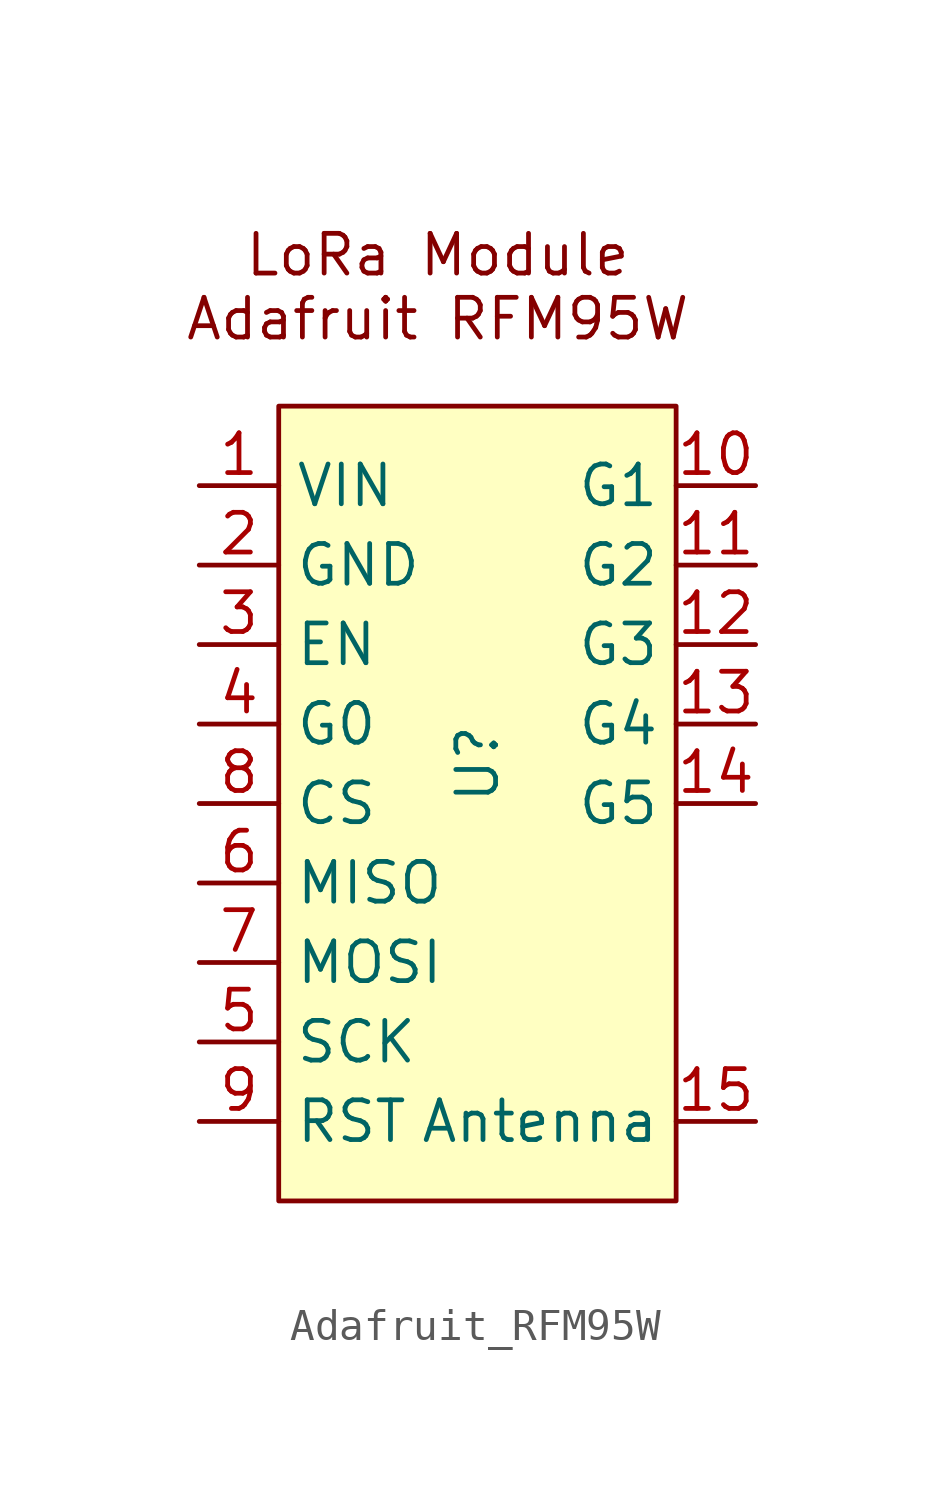
<source format=kicad_sym>
(kicad_symbol_lib
  (version 20220914)
  (generator kicad_symbol_editor)
  (symbol "Adafruit_RFM95W"
    (property "Reference" "U"
      (at 2.54 0 90)
      (effects (font (size 1.27 1.27))))
    (property "Value" ""
      (at 2.54 0 90)
      (effects (font (size 1.27 1.27))))
    (symbol "Adafruit_RFM95W_1_1"
      (rectangle (start -3.81 11.43) (end 8.89 -13.97) (stroke (width 0) (type default)) (fill (type background)))
      (text "LoRa Module\nAdafruit RFM95W\n" (at 1.27 15.24 0) (effects (font (size 1.27 1.27))))
      (pin bidirectional line (at -6.35 8.89 0) (length 2.54) (name "VIN" (effects (font (size 1.27 1.27)))) (number "1" (effects (font (size 1.27 1.27)))))
      (pin bidirectional line (at 11.43 8.89 180) (length 2.54) (name "G1" (effects (font (size 1.27 1.27)))) (number "10" (effects (font (size 1.27 1.27)))))
      (pin bidirectional line (at 11.43 6.35 180) (length 2.54) (name "G2" (effects (font (size 1.27 1.27)))) (number "11" (effects (font (size 1.27 1.27)))))
      (pin bidirectional line (at 11.43 3.81 180) (length 2.54) (name "G3" (effects (font (size 1.27 1.27)))) (number "12" (effects (font (size 1.27 1.27)))))
      (pin bidirectional line (at 11.43 1.27 180) (length 2.54) (name "G4" (effects (font (size 1.27 1.27)))) (number "13" (effects (font (size 1.27 1.27)))))
      (pin bidirectional line (at 11.43 -1.27 180) (length 2.54) (name "G5" (effects (font (size 1.27 1.27)))) (number "14" (effects (font (size 1.27 1.27)))))
      (pin bidirectional line (at 11.43 -11.43 180) (length 2.54) (name "Antenna" (effects (font (size 1.27 1.27)))) (number "15" (effects (font (size 1.27 1.27)))))
      (pin bidirectional line (at -6.35 6.35 0) (length 2.54) (name "GND" (effects (font (size 1.27 1.27)))) (number "2" (effects (font (size 1.27 1.27)))))
      (pin bidirectional line (at -6.35 3.81 0) (length 2.54) (name "EN" (effects (font (size 1.27 1.27)))) (number "3" (effects (font (size 1.27 1.27)))))
      (pin bidirectional line (at -6.35 1.27 0) (length 2.54) (name "G0" (effects (font (size 1.27 1.27)))) (number "4" (effects (font (size 1.27 1.27)))))
      (pin bidirectional line (at -6.35 -8.89 0) (length 2.54) (name "SCK" (effects (font (size 1.27 1.27)))) (number "5" (effects (font (size 1.27 1.27)))))
      (pin bidirectional line (at -6.35 -3.81 0) (length 2.54) (name "MISO" (effects (font (size 1.27 1.27)))) (number "6" (effects (font (size 1.27 1.27)))))
      (pin bidirectional line (at -6.35 -6.35 0) (length 2.54) (name "MOSI" (effects (font (size 1.27 1.27)))) (number "7" (effects (font (size 1.27 1.27)))))
      (pin bidirectional line (at -6.35 -1.27 0) (length 2.54) (name "CS" (effects (font (size 1.27 1.27)))) (number "8" (effects (font (size 1.27 1.27)))))
      (pin bidirectional line (at -6.35 -11.43 0) (length 2.54) (name "RST" (effects (font (size 1.27 1.27)))) (number "9" (effects (font (size 1.27 1.27))))))))
</source>
